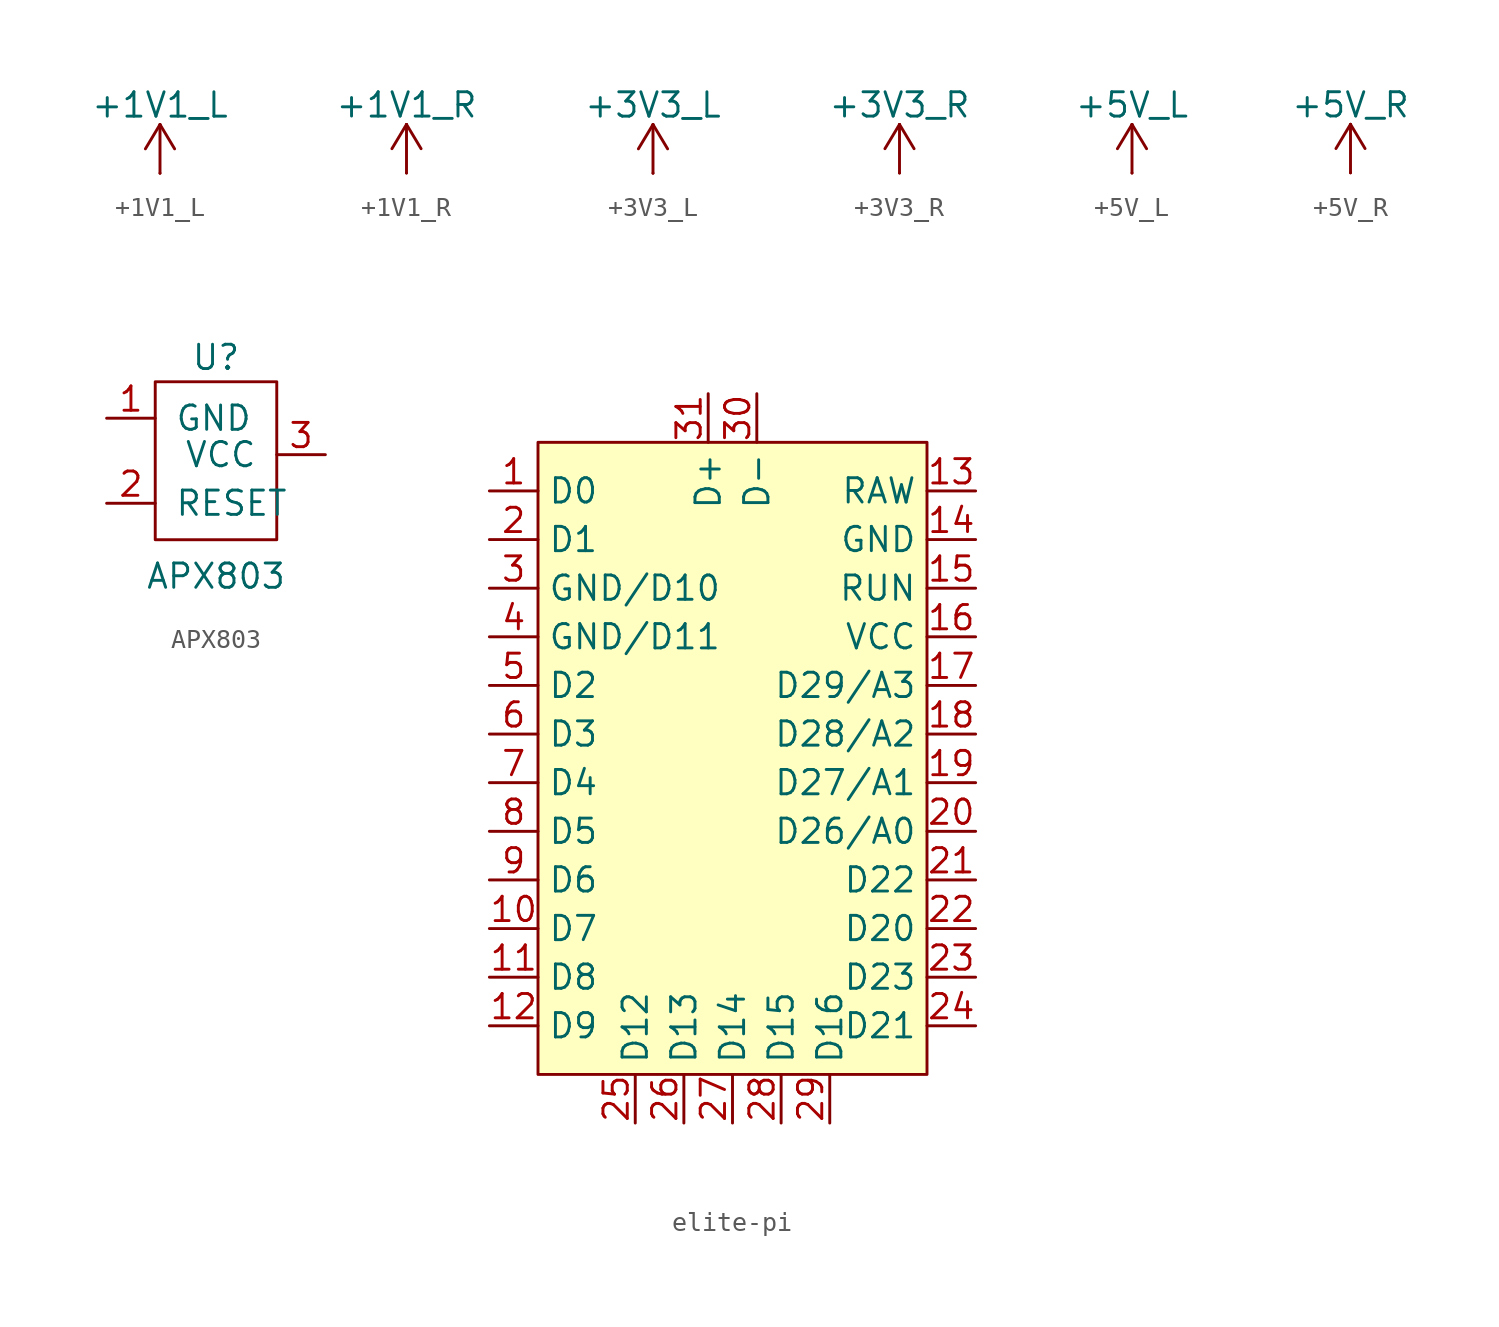
<source format=kicad_sym>
(kicad_symbol_lib
  (version 20241209)
  (generator "kicad_symbol_editor")
  (generator_version "9.0")
  (symbol "+1V1_L"
    (power)
    (pin_numbers
      (hide yes))
    (pin_names
      (offset 0)
      (hide yes))
    (property "Reference" "#PWR"
      (at 0 -3.81 0)
      (effects (font (size 1.27 1.27)) (hide yes)))
    (property "Value" "+1V1_L"
      (at 0 3.556 0)
      (effects (font (size 1.27 1.27))))
    (symbol "+1V1_L_0_1"
      (polyline (pts (xy -0.762 1.27) (xy 0 2.54)) (stroke (width 0) (type default)) (fill (type none)))
      (polyline (pts (xy 0 2.54) (xy 0.762 1.27)) (stroke (width 0) (type default)) (fill (type none)))
      (polyline (pts (xy 0 0) (xy 0 2.54)) (stroke (width 0) (type default)) (fill (type none))))
    (symbol "+1V1_L_1_1"
      (pin power_in line (at 0 0 90) (length 0) (name "+1V1_L" (effects (font (size 1.27 1.27)))) (number "1" (effects (font (size 1.27 1.27)))))))
  (symbol "+1V1_R"
    (power)
    (pin_numbers
      (hide yes))
    (pin_names
      (offset 0)
      (hide yes))
    (property "Reference" "#PWR"
      (at 0 -3.81 0)
      (effects (font (size 1.27 1.27)) (hide yes)))
    (property "Value" "+1V1_R"
      (at 0 3.556 0)
      (effects (font (size 1.27 1.27))))
    (symbol "+1V1_R_0_1"
      (polyline (pts (xy -0.762 1.27) (xy 0 2.54)) (stroke (width 0) (type default)) (fill (type none)))
      (polyline (pts (xy 0 2.54) (xy 0.762 1.27)) (stroke (width 0) (type default)) (fill (type none)))
      (polyline (pts (xy 0 0) (xy 0 2.54)) (stroke (width 0) (type default)) (fill (type none))))
    (symbol "+1V1_R_1_1"
      (pin power_in line (at 0 0 90) (length 0) (name "+1V1_R" (effects (font (size 1.27 1.27)))) (number "1" (effects (font (size 1.27 1.27)))))))
  (symbol "+3V3_L"
    (power)
    (pin_numbers
      (hide yes))
    (pin_names
      (offset 0)
      (hide yes))
    (property "Reference" "#PWR"
      (at 0 -3.81 0)
      (effects (font (size 1.27 1.27)) (hide yes)))
    (property "Value" "+3V3_L"
      (at 0 3.556 0)
      (effects (font (size 1.27 1.27))))
    (symbol "+3V3_L_0_1"
      (polyline (pts (xy -0.762 1.27) (xy 0 2.54)) (stroke (width 0) (type default)) (fill (type none)))
      (polyline (pts (xy 0 2.54) (xy 0.762 1.27)) (stroke (width 0) (type default)) (fill (type none)))
      (polyline (pts (xy 0 0) (xy 0 2.54)) (stroke (width 0) (type default)) (fill (type none))))
    (symbol "+3V3_L_1_1"
      (pin power_in line (at 0 0 90) (length 0) (name "+3V3_L" (effects (font (size 1.27 1.27)))) (number "1" (effects (font (size 1.27 1.27)))))))
  (symbol "+3V3_R"
    (power)
    (pin_numbers
      (hide yes))
    (pin_names
      (offset 0)
      (hide yes))
    (property "Reference" "#PWR"
      (at 0 -3.81 0)
      (effects (font (size 1.27 1.27)) (hide yes)))
    (property "Value" "+3V3_R"
      (at 0 3.556 0)
      (effects (font (size 1.27 1.27))))
    (symbol "+3V3_R_0_1"
      (polyline (pts (xy -0.762 1.27) (xy 0 2.54)) (stroke (width 0) (type default)) (fill (type none)))
      (polyline (pts (xy 0 2.54) (xy 0.762 1.27)) (stroke (width 0) (type default)) (fill (type none)))
      (polyline (pts (xy 0 0) (xy 0 2.54)) (stroke (width 0) (type default)) (fill (type none))))
    (symbol "+3V3_R_1_1"
      (pin power_in line (at 0 0 90) (length 0) (name "+3V3_R" (effects (font (size 1.27 1.27)))) (number "1" (effects (font (size 1.27 1.27)))))))
  (symbol "+5V_L"
    (power)
    (pin_numbers
      (hide yes))
    (pin_names
      (offset 0)
      (hide yes))
    (property "Reference" "#PWR"
      (at 0 -3.81 0)
      (effects (font (size 1.27 1.27)) (hide yes)))
    (property "Value" "+5V_L"
      (at 0 3.556 0)
      (effects (font (size 1.27 1.27))))
    (symbol "+5V_L_0_1"
      (polyline (pts (xy -0.762 1.27) (xy 0 2.54)) (stroke (width 0) (type default)) (fill (type none)))
      (polyline (pts (xy 0 2.54) (xy 0.762 1.27)) (stroke (width 0) (type default)) (fill (type none)))
      (polyline (pts (xy 0 0) (xy 0 2.54)) (stroke (width 0) (type default)) (fill (type none))))
    (symbol "+5V_L_1_1"
      (pin power_in line (at 0 0 90) (length 0) (name "+5V_L" (effects (font (size 1.27 1.27)))) (number "1" (effects (font (size 1.27 1.27)))))))
  (symbol "+5V_R"
    (power)
    (pin_numbers
      (hide yes))
    (pin_names
      (offset 0)
      (hide yes))
    (property "Reference" "#PWR"
      (at 0 -3.81 0)
      (effects (font (size 1.27 1.27)) (hide yes)))
    (property "Value" "+5V_R"
      (at 0 3.556 0)
      (effects (font (size 1.27 1.27))))
    (symbol "+5V_R_0_1"
      (polyline (pts (xy -0.762 1.27) (xy 0 2.54)) (stroke (width 0) (type default)) (fill (type none)))
      (polyline (pts (xy 0 2.54) (xy 0.762 1.27)) (stroke (width 0) (type default)) (fill (type none)))
      (polyline (pts (xy 0 0) (xy 0 2.54)) (stroke (width 0) (type default)) (fill (type none))))
    (symbol "+5V_R_1_1"
      (pin power_in line (at 0 0 90) (length 0) (name "+5V_R" (effects (font (size 1.27 1.27)))) (number "1" (effects (font (size 1.27 1.27)))))))
  (symbol "APX803"
    (pin_names
      (offset 1.016))
    (property "Reference" "U"
      (at 0 5.08 0)
      (effects (font (size 1.27 1.27))))
    (property "Value" "APX803"
      (at 0 -6.35 0)
      (effects (font (size 1.27 1.27))))
    (symbol "APX803_0_1"
      (rectangle (start -3.175 3.81) (end 3.175 -4.445) (stroke (width 0) (type solid)) (fill (type none))))
    (symbol "APX803_1_1"
      (pin input line (at -5.715 1.905 0) (length 2.54) (name "GND" (effects (font (size 1.27 1.27)))) (number "1" (effects (font (size 1.27 1.27)))))
      (pin input line (at -5.715 -2.54 0) (length 2.54) (name "RESET" (effects (font (size 1.27 1.27)))) (number "2" (effects (font (size 1.27 1.27)))))
      (pin input line (at 5.715 0 180) (length 2.54) (name "VCC" (effects (font (size 1.27 1.27)))) (number "3" (effects (font (size 1.27 1.27)))))))
  (symbol "elite-pi"
    (property "Reference" "U"
      (at 0 0 0)
      (effects (font (size 1.27 1.27)) (hide yes)))
    (property "Value" ""
      (at 0 0 0)
      (effects (font (size 1.27 1.27))))
    (symbol "elite-pi_0_0"
      (pin power_out line (at 12.7 11.43 180) (length 2.54) (name "GND" (effects (font (size 1.27 1.27)))) (number "14" (effects (font (size 1.27 1.27))))))
    (symbol "elite-pi_1_0"
      (pin bidirectional line (at -12.7 13.97 0) (length 2.54) (name "D0" (effects (font (size 1.27 1.27)))) (number "1" (effects (font (size 1.27 1.27)))))
      (pin bidirectional line (at -12.7 11.43 0) (length 2.54) (name "D1" (effects (font (size 1.27 1.27)))) (number "2" (effects (font (size 1.27 1.27)))))
      (pin power_out line (at -12.7 8.89 0) (length 2.54) (name "GND/D10" (effects (font (size 1.27 1.27)))) (number "3" (effects (font (size 1.27 1.27)))))
      (pin power_out line (at -12.7 6.35 0) (length 2.54) (name "GND/D11" (effects (font (size 1.27 1.27)))) (number "4" (effects (font (size 1.27 1.27)))))
      (pin bidirectional line (at -12.7 3.81 0) (length 2.54) (name "D2" (effects (font (size 1.27 1.27)))) (number "5" (effects (font (size 1.27 1.27)))))
      (pin bidirectional line (at -12.7 1.27 0) (length 2.54) (name "D3" (effects (font (size 1.27 1.27)))) (number "6" (effects (font (size 1.27 1.27)))))
      (pin bidirectional line (at -12.7 -1.27 0) (length 2.54) (name "D4" (effects (font (size 1.27 1.27)))) (number "7" (effects (font (size 1.27 1.27)))))
      (pin bidirectional line (at -12.7 -3.81 0) (length 2.54) (name "D5" (effects (font (size 1.27 1.27)))) (number "8" (effects (font (size 1.27 1.27)))))
      (pin bidirectional line (at -12.7 -6.35 0) (length 2.54) (name "D6" (effects (font (size 1.27 1.27)))) (number "9" (effects (font (size 1.27 1.27)))))
      (pin bidirectional line (at -12.7 -8.89 0) (length 2.54) (name "D7" (effects (font (size 1.27 1.27)))) (number "10" (effects (font (size 1.27 1.27)))))
      (pin bidirectional line (at -12.7 -11.43 0) (length 2.54) (name "D8" (effects (font (size 1.27 1.27)))) (number "11" (effects (font (size 1.27 1.27)))))
      (pin bidirectional line (at -12.7 -13.97 0) (length 2.54) (name "D9" (effects (font (size 1.27 1.27)))) (number "12" (effects (font (size 1.27 1.27)))))
      (pin bidirectional line (at -5.08 -19.05 90) (length 2.54) (name "D12" (effects (font (size 1.27 1.27)))) (number "25" (effects (font (size 1.27 1.27)))))
      (pin bidirectional line (at -2.54 -19.05 90) (length 2.54) (name "D13" (effects (font (size 1.27 1.27)))) (number "26" (effects (font (size 1.27 1.27)))))
      (pin bidirectional line (at -1.27 19.05 270) (length 2.54) (name "D+" (effects (font (size 1.27 1.27)))) (number "31" (effects (font (size 1.27 1.27)))))
      (pin bidirectional line (at 0 -19.05 90) (length 2.54) (name "D14" (effects (font (size 1.27 1.27)))) (number "27" (effects (font (size 1.27 1.27)))))
      (pin bidirectional line (at 1.27 19.05 270) (length 2.54) (name "D-" (effects (font (size 1.27 1.27)))) (number "30" (effects (font (size 1.27 1.27)))))
      (pin bidirectional line (at 2.54 -19.05 90) (length 2.54) (name "D15" (effects (font (size 1.27 1.27)))) (number "28" (effects (font (size 1.27 1.27)))))
      (pin bidirectional line (at 5.08 -19.05 90) (length 2.54) (name "D16" (effects (font (size 1.27 1.27)))) (number "29" (effects (font (size 1.27 1.27)))))
      (pin power_out line (at 12.7 13.97 180) (length 2.54) (name "RAW" (effects (font (size 1.27 1.27)))) (number "13" (effects (font (size 1.27 1.27)))))
      (pin bidirectional line (at 12.7 8.89 180) (length 2.54) (name "RUN" (effects (font (size 1.27 1.27)))) (number "15" (effects (font (size 1.27 1.27)))))
      (pin power_out line (at 12.7 6.35 180) (length 2.54) (name "VCC" (effects (font (size 1.27 1.27)))) (number "16" (effects (font (size 1.27 1.27)))))
      (pin bidirectional line (at 12.7 3.81 180) (length 2.54) (name "D29/A3" (effects (font (size 1.27 1.27)))) (number "17" (effects (font (size 1.27 1.27)))))
      (pin bidirectional line (at 12.7 1.27 180) (length 2.54) (name "D28/A2" (effects (font (size 1.27 1.27)))) (number "18" (effects (font (size 1.27 1.27)))))
      (pin bidirectional line (at 12.7 -1.27 180) (length 2.54) (name "D27/A1" (effects (font (size 1.27 1.27)))) (number "19" (effects (font (size 1.27 1.27)))))
      (pin bidirectional line (at 12.7 -3.81 180) (length 2.54) (name "D26/A0" (effects (font (size 1.27 1.27)))) (number "20" (effects (font (size 1.27 1.27)))))
      (pin bidirectional line (at 12.7 -6.35 180) (length 2.54) (name "D22" (effects (font (size 1.27 1.27)))) (number "21" (effects (font (size 1.27 1.27)))))
      (pin bidirectional line (at 12.7 -8.89 180) (length 2.54) (name "D20" (effects (font (size 1.27 1.27)))) (number "22" (effects (font (size 1.27 1.27)))))
      (pin bidirectional line (at 12.7 -11.43 180) (length 2.54) (name "D23" (effects (font (size 1.27 1.27)))) (number "23" (effects (font (size 1.27 1.27)))))
      (pin bidirectional line (at 12.7 -13.97 180) (length 2.54) (name "D21" (effects (font (size 1.27 1.27)))) (number "24" (effects (font (size 1.27 1.27))))))
    (symbol "elite-pi_1_1"
      (rectangle (start -10.16 16.51) (end 10.16 -16.51) (stroke (width 0) (type default)) (fill (type background))))))
</source>
